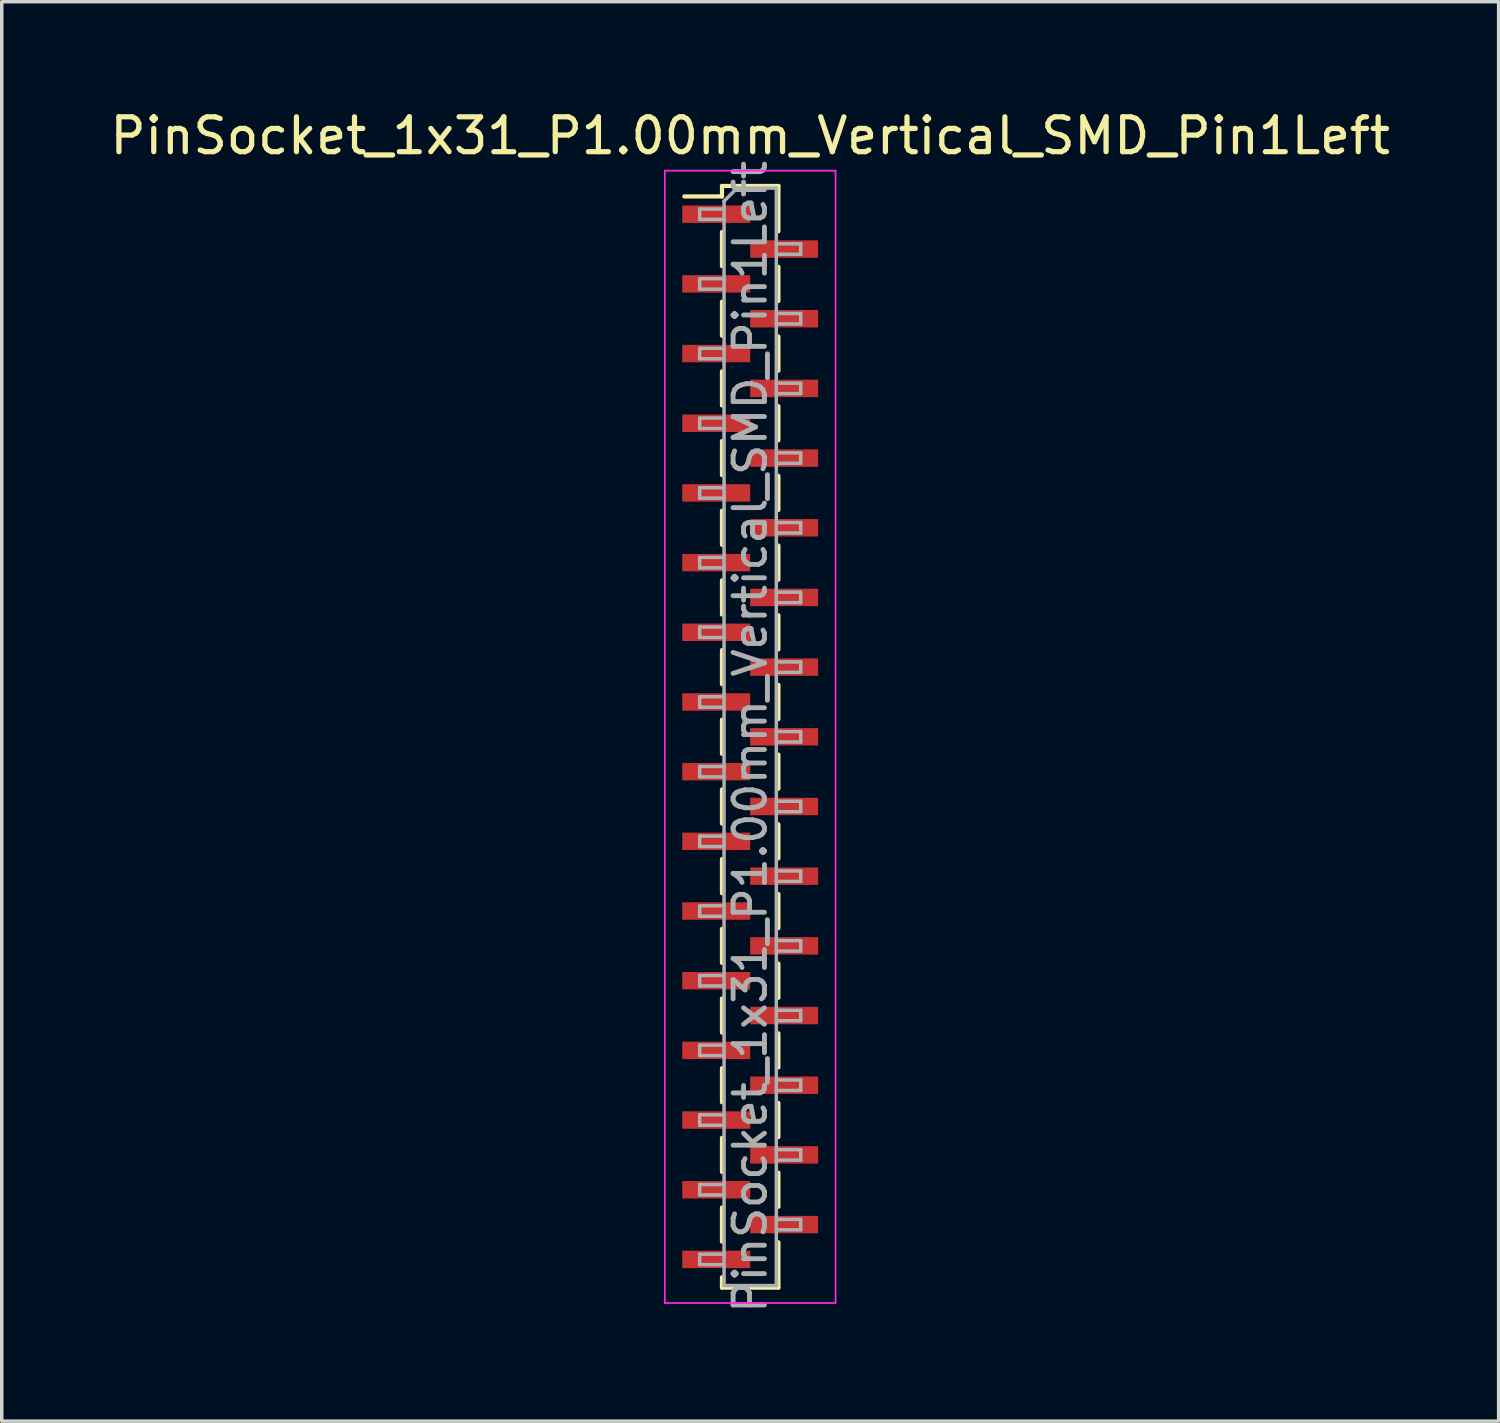
<source format=kicad_pcb>
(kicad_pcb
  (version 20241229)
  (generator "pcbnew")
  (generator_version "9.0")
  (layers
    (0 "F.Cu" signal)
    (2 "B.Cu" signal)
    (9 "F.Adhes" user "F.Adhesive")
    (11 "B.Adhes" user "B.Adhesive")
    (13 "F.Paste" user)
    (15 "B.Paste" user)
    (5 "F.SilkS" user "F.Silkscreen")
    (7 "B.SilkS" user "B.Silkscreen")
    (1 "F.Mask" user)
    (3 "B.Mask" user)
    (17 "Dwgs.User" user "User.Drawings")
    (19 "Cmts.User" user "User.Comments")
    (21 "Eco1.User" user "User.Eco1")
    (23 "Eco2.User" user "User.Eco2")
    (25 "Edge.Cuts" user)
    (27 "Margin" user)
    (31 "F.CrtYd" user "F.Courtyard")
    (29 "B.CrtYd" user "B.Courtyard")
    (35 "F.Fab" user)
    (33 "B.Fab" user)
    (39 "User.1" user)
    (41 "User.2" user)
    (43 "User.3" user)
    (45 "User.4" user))
  (footprint "PinSocket_1x31_P1.00mm_Vertical_SMD_Pin1Left"
    (layer "F.Cu")
    (at 18.482 18.098)
    (property "Reference" "PinSocket_1x31_P1.00mm_Vertical_SMD_Pin1Left" (at 0 -17.25 0) (layer "F.SilkS") (effects (font (size 1 1) (thickness 0.15))))
    (attr smd)
    (fp_line (start -1.89 -15.51) (end -0.81 -15.51) (stroke (width 0.12) (type solid)) (layer "F.SilkS"))
    (fp_line (start -0.81 -15.81) (end -0.81 -15.51) (stroke (width 0.12) (type solid)) (layer "F.SilkS"))
    (fp_line (start -0.81 -15.81) (end 0.81 -15.81) (stroke (width 0.12) (type solid)) (layer "F.SilkS"))
    (fp_line (start -0.81 -14.49) (end -0.81 -13.51) (stroke (width 0.12) (type solid)) (layer "F.SilkS"))
    (fp_line (start -0.81 -12.49) (end -0.81 -11.51) (stroke (width 0.12) (type solid)) (layer "F.SilkS"))
    (fp_line (start -0.81 -10.49) (end -0.81 -9.51) (stroke (width 0.12) (type solid)) (layer "F.SilkS"))
    (fp_line (start -0.81 -8.49) (end -0.81 -7.51) (stroke (width 0.12) (type solid)) (layer "F.SilkS"))
    (fp_line (start -0.81 -6.49) (end -0.81 -5.51) (stroke (width 0.12) (type solid)) (layer "F.SilkS"))
    (fp_line (start -0.81 -4.49) (end -0.81 -3.51) (stroke (width 0.12) (type solid)) (layer "F.SilkS"))
    (fp_line (start -0.81 -2.49) (end -0.81 -1.51) (stroke (width 0.12) (type solid)) (layer "F.SilkS"))
    (fp_line (start -0.81 -0.49) (end -0.81 0.49) (stroke (width 0.12) (type solid)) (layer "F.SilkS"))
    (fp_line (start -0.81 1.51) (end -0.81 2.49) (stroke (width 0.12) (type solid)) (layer "F.SilkS"))
    (fp_line (start -0.81 3.51) (end -0.81 4.49) (stroke (width 0.12) (type solid)) (layer "F.SilkS"))
    (fp_line (start -0.81 5.51) (end -0.81 6.49) (stroke (width 0.12) (type solid)) (layer "F.SilkS"))
    (fp_line (start -0.81 7.51) (end -0.81 8.49) (stroke (width 0.12) (type solid)) (layer "F.SilkS"))
    (fp_line (start -0.81 9.51) (end -0.81 10.49) (stroke (width 0.12) (type solid)) (layer "F.SilkS"))
    (fp_line (start -0.81 11.51) (end -0.81 12.49) (stroke (width 0.12) (type solid)) (layer "F.SilkS"))
    (fp_line (start -0.81 13.51) (end -0.81 14.49) (stroke (width 0.12) (type solid)) (layer "F.SilkS"))
    (fp_line (start -0.81 15.51) (end -0.81 15.81) (stroke (width 0.12) (type solid)) (layer "F.SilkS"))
    (fp_line (start -0.81 15.81) (end 0.81 15.81) (stroke (width 0.12) (type solid)) (layer "F.SilkS"))
    (fp_line (start 0.81 -15.81) (end 0.81 -14.51) (stroke (width 0.12) (type solid)) (layer "F.SilkS"))
    (fp_line (start 0.81 -13.49) (end 0.81 -12.51) (stroke (width 0.12) (type solid)) (layer "F.SilkS"))
    (fp_line (start 0.81 -11.49) (end 0.81 -10.51) (stroke (width 0.12) (type solid)) (layer "F.SilkS"))
    (fp_line (start 0.81 -9.49) (end 0.81 -8.51) (stroke (width 0.12) (type solid)) (layer "F.SilkS"))
    (fp_line (start 0.81 -7.49) (end 0.81 -6.51) (stroke (width 0.12) (type solid)) (layer "F.SilkS"))
    (fp_line (start 0.81 -5.49) (end 0.81 -4.51) (stroke (width 0.12) (type solid)) (layer "F.SilkS"))
    (fp_line (start 0.81 -3.49) (end 0.81 -2.51) (stroke (width 0.12) (type solid)) (layer "F.SilkS"))
    (fp_line (start 0.81 -1.49) (end 0.81 -0.51) (stroke (width 0.12) (type solid)) (layer "F.SilkS"))
    (fp_line (start 0.81 0.51) (end 0.81 1.49) (stroke (width 0.12) (type solid)) (layer "F.SilkS"))
    (fp_line (start 0.81 2.51) (end 0.81 3.49) (stroke (width 0.12) (type solid)) (layer "F.SilkS"))
    (fp_line (start 0.81 4.51) (end 0.81 5.49) (stroke (width 0.12) (type solid)) (layer "F.SilkS"))
    (fp_line (start 0.81 6.51) (end 0.81 7.49) (stroke (width 0.12) (type solid)) (layer "F.SilkS"))
    (fp_line (start 0.81 8.51) (end 0.81 9.49) (stroke (width 0.12) (type solid)) (layer "F.SilkS"))
    (fp_line (start 0.81 10.51) (end 0.81 11.49) (stroke (width 0.12) (type solid)) (layer "F.SilkS"))
    (fp_line (start 0.81 12.51) (end 0.81 13.49) (stroke (width 0.12) (type solid)) (layer "F.SilkS"))
    (fp_line (start 0.81 14.51) (end 0.81 15.81) (stroke (width 0.12) (type solid)) (layer "F.SilkS"))
    (fp_line (start -2.45 -16.25) (end 2.45 -16.25) (stroke (width 0.05) (type solid)) (layer "F.CrtYd"))
    (fp_line (start -2.45 16.25) (end -2.45 -16.25) (stroke (width 0.05) (type solid)) (layer "F.CrtYd"))
    (fp_line (start 2.45 -16.25) (end 2.45 16.25) (stroke (width 0.05) (type solid)) (layer "F.CrtYd"))
    (fp_line (start 2.45 16.25) (end -2.45 16.25) (stroke (width 0.05) (type solid)) (layer "F.CrtYd"))
    (fp_line (start -1.45 -15.15) (end -0.75 -15.15) (stroke (width 0.1) (type solid)) (layer "F.Fab"))
    (fp_line (start -1.45 -14.85) (end -1.45 -15.15) (stroke (width 0.1) (type solid)) (layer "F.Fab"))
    (fp_line (start -1.45 -13.15) (end -0.75 -13.15) (stroke (width 0.1) (type solid)) (layer "F.Fab"))
    (fp_line (start -1.45 -12.85) (end -1.45 -13.15) (stroke (width 0.1) (type solid)) (layer "F.Fab"))
    (fp_line (start -1.45 -11.15) (end -0.75 -11.15) (stroke (width 0.1) (type solid)) (layer "F.Fab"))
    (fp_line (start -1.45 -10.85) (end -1.45 -11.15) (stroke (width 0.1) (type solid)) (layer "F.Fab"))
    (fp_line (start -1.45 -9.15) (end -0.75 -9.15) (stroke (width 0.1) (type solid)) (layer "F.Fab"))
    (fp_line (start -1.45 -8.85) (end -1.45 -9.15) (stroke (width 0.1) (type solid)) (layer "F.Fab"))
    (fp_line (start -1.45 -7.15) (end -0.75 -7.15) (stroke (width 0.1) (type solid)) (layer "F.Fab"))
    (fp_line (start -1.45 -6.85) (end -1.45 -7.15) (stroke (width 0.1) (type solid)) (layer "F.Fab"))
    (fp_line (start -1.45 -5.15) (end -0.75 -5.15) (stroke (width 0.1) (type solid)) (layer "F.Fab"))
    (fp_line (start -1.45 -4.85) (end -1.45 -5.15) (stroke (width 0.1) (type solid)) (layer "F.Fab"))
    (fp_line (start -1.45 -3.15) (end -0.75 -3.15) (stroke (width 0.1) (type solid)) (layer "F.Fab"))
    (fp_line (start -1.45 -2.85) (end -1.45 -3.15) (stroke (width 0.1) (type solid)) (layer "F.Fab"))
    (fp_line (start -1.45 -1.15) (end -0.75 -1.15) (stroke (width 0.1) (type solid)) (layer "F.Fab"))
    (fp_line (start -1.45 -0.85) (end -1.45 -1.15) (stroke (width 0.1) (type solid)) (layer "F.Fab"))
    (fp_line (start -1.45 0.85) (end -0.75 0.85) (stroke (width 0.1) (type solid)) (layer "F.Fab"))
    (fp_line (start -1.45 1.15) (end -1.45 0.85) (stroke (width 0.1) (type solid)) (layer "F.Fab"))
    (fp_line (start -1.45 2.85) (end -0.75 2.85) (stroke (width 0.1) (type solid)) (layer "F.Fab"))
    (fp_line (start -1.45 3.15) (end -1.45 2.85) (stroke (width 0.1) (type solid)) (layer "F.Fab"))
    (fp_line (start -1.45 4.85) (end -0.75 4.85) (stroke (width 0.1) (type solid)) (layer "F.Fab"))
    (fp_line (start -1.45 5.15) (end -1.45 4.85) (stroke (width 0.1) (type solid)) (layer "F.Fab"))
    (fp_line (start -1.45 6.85) (end -0.75 6.85) (stroke (width 0.1) (type solid)) (layer "F.Fab"))
    (fp_line (start -1.45 7.15) (end -1.45 6.85) (stroke (width 0.1) (type solid)) (layer "F.Fab"))
    (fp_line (start -1.45 8.85) (end -0.75 8.85) (stroke (width 0.1) (type solid)) (layer "F.Fab"))
    (fp_line (start -1.45 9.15) (end -1.45 8.85) (stroke (width 0.1) (type solid)) (layer "F.Fab"))
    (fp_line (start -1.45 10.85) (end -0.75 10.85) (stroke (width 0.1) (type solid)) (layer "F.Fab"))
    (fp_line (start -1.45 11.15) (end -1.45 10.85) (stroke (width 0.1) (type solid)) (layer "F.Fab"))
    (fp_line (start -1.45 12.85) (end -0.75 12.85) (stroke (width 0.1) (type solid)) (layer "F.Fab"))
    (fp_line (start -1.45 13.15) (end -1.45 12.85) (stroke (width 0.1) (type solid)) (layer "F.Fab"))
    (fp_line (start -1.45 14.85) (end -0.75 14.85) (stroke (width 0.1) (type solid)) (layer "F.Fab"))
    (fp_line (start -1.45 15.15) (end -1.45 14.85) (stroke (width 0.1) (type solid)) (layer "F.Fab"))
    (fp_line (start -0.75 -15.375) (end -0.375 -15.75) (stroke (width 0.1) (type solid)) (layer "F.Fab"))
    (fp_line (start -0.75 -14.85) (end -1.45 -14.85) (stroke (width 0.1) (type solid)) (layer "F.Fab"))
    (fp_line (start -0.75 -12.85) (end -1.45 -12.85) (stroke (width 0.1) (type solid)) (layer "F.Fab"))
    (fp_line (start -0.75 -10.85) (end -1.45 -10.85) (stroke (width 0.1) (type solid)) (layer "F.Fab"))
    (fp_line (start -0.75 -8.85) (end -1.45 -8.85) (stroke (width 0.1) (type solid)) (layer "F.Fab"))
    (fp_line (start -0.75 -6.85) (end -1.45 -6.85) (stroke (width 0.1) (type solid)) (layer "F.Fab"))
    (fp_line (start -0.75 -4.85) (end -1.45 -4.85) (stroke (width 0.1) (type solid)) (layer "F.Fab"))
    (fp_line (start -0.75 -2.85) (end -1.45 -2.85) (stroke (width 0.1) (type solid)) (layer "F.Fab"))
    (fp_line (start -0.75 -0.85) (end -1.45 -0.85) (stroke (width 0.1) (type solid)) (layer "F.Fab"))
    (fp_line (start -0.75 1.15) (end -1.45 1.15) (stroke (width 0.1) (type solid)) (layer "F.Fab"))
    (fp_line (start -0.75 3.15) (end -1.45 3.15) (stroke (width 0.1) (type solid)) (layer "F.Fab"))
    (fp_line (start -0.75 5.15) (end -1.45 5.15) (stroke (width 0.1) (type solid)) (layer "F.Fab"))
    (fp_line (start -0.75 7.15) (end -1.45 7.15) (stroke (width 0.1) (type solid)) (layer "F.Fab"))
    (fp_line (start -0.75 9.15) (end -1.45 9.15) (stroke (width 0.1) (type solid)) (layer "F.Fab"))
    (fp_line (start -0.75 11.15) (end -1.45 11.15) (stroke (width 0.1) (type solid)) (layer "F.Fab"))
    (fp_line (start -0.75 13.15) (end -1.45 13.15) (stroke (width 0.1) (type solid)) (layer "F.Fab"))
    (fp_line (start -0.75 15.15) (end -1.45 15.15) (stroke (width 0.1) (type solid)) (layer "F.Fab"))
    (fp_line (start -0.75 15.75) (end -0.75 -15.375) (stroke (width 0.1) (type solid)) (layer "F.Fab"))
    (fp_line (start -0.375 -15.75) (end 0.75 -15.75) (stroke (width 0.1) (type solid)) (layer "F.Fab"))
    (fp_line (start 0.75 -15.75) (end 0.75 15.75) (stroke (width 0.1) (type solid)) (layer "F.Fab"))
    (fp_line (start 0.75 -14.15) (end 1.45 -14.15) (stroke (width 0.1) (type solid)) (layer "F.Fab"))
    (fp_line (start 0.75 -12.15) (end 1.45 -12.15) (stroke (width 0.1) (type solid)) (layer "F.Fab"))
    (fp_line (start 0.75 -10.15) (end 1.45 -10.15) (stroke (width 0.1) (type solid)) (layer "F.Fab"))
    (fp_line (start 0.75 -8.15) (end 1.45 -8.15) (stroke (width 0.1) (type solid)) (layer "F.Fab"))
    (fp_line (start 0.75 -6.15) (end 1.45 -6.15) (stroke (width 0.1) (type solid)) (layer "F.Fab"))
    (fp_line (start 0.75 -4.15) (end 1.45 -4.15) (stroke (width 0.1) (type solid)) (layer "F.Fab"))
    (fp_line (start 0.75 -2.15) (end 1.45 -2.15) (stroke (width 0.1) (type solid)) (layer "F.Fab"))
    (fp_line (start 0.75 -0.15) (end 1.45 -0.15) (stroke (width 0.1) (type solid)) (layer "F.Fab"))
    (fp_line (start 0.75 1.85) (end 1.45 1.85) (stroke (width 0.1) (type solid)) (layer "F.Fab"))
    (fp_line (start 0.75 3.85) (end 1.45 3.85) (stroke (width 0.1) (type solid)) (layer "F.Fab"))
    (fp_line (start 0.75 5.85) (end 1.45 5.85) (stroke (width 0.1) (type solid)) (layer "F.Fab"))
    (fp_line (start 0.75 7.85) (end 1.45 7.85) (stroke (width 0.1) (type solid)) (layer "F.Fab"))
    (fp_line (start 0.75 9.85) (end 1.45 9.85) (stroke (width 0.1) (type solid)) (layer "F.Fab"))
    (fp_line (start 0.75 11.85) (end 1.45 11.85) (stroke (width 0.1) (type solid)) (layer "F.Fab"))
    (fp_line (start 0.75 13.85) (end 1.45 13.85) (stroke (width 0.1) (type solid)) (layer "F.Fab"))
    (fp_line (start 0.75 15.75) (end -0.75 15.75) (stroke (width 0.1) (type solid)) (layer "F.Fab"))
    (fp_line (start 1.45 -14.15) (end 1.45 -13.85) (stroke (width 0.1) (type solid)) (layer "F.Fab"))
    (fp_line (start 1.45 -13.85) (end 0.75 -13.85) (stroke (width 0.1) (type solid)) (layer "F.Fab"))
    (fp_line (start 1.45 -12.15) (end 1.45 -11.85) (stroke (width 0.1) (type solid)) (layer "F.Fab"))
    (fp_line (start 1.45 -11.85) (end 0.75 -11.85) (stroke (width 0.1) (type solid)) (layer "F.Fab"))
    (fp_line (start 1.45 -10.15) (end 1.45 -9.85) (stroke (width 0.1) (type solid)) (layer "F.Fab"))
    (fp_line (start 1.45 -9.85) (end 0.75 -9.85) (stroke (width 0.1) (type solid)) (layer "F.Fab"))
    (fp_line (start 1.45 -8.15) (end 1.45 -7.85) (stroke (width 0.1) (type solid)) (layer "F.Fab"))
    (fp_line (start 1.45 -7.85) (end 0.75 -7.85) (stroke (width 0.1) (type solid)) (layer "F.Fab"))
    (fp_line (start 1.45 -6.15) (end 1.45 -5.85) (stroke (width 0.1) (type solid)) (layer "F.Fab"))
    (fp_line (start 1.45 -5.85) (end 0.75 -5.85) (stroke (width 0.1) (type solid)) (layer "F.Fab"))
    (fp_line (start 1.45 -4.15) (end 1.45 -3.85) (stroke (width 0.1) (type solid)) (layer "F.Fab"))
    (fp_line (start 1.45 -3.85) (end 0.75 -3.85) (stroke (width 0.1) (type solid)) (layer "F.Fab"))
    (fp_line (start 1.45 -2.15) (end 1.45 -1.85) (stroke (width 0.1) (type solid)) (layer "F.Fab"))
    (fp_line (start 1.45 -1.85) (end 0.75 -1.85) (stroke (width 0.1) (type solid)) (layer "F.Fab"))
    (fp_line (start 1.45 -0.15) (end 1.45 0.15) (stroke (width 0.1) (type solid)) (layer "F.Fab"))
    (fp_line (start 1.45 0.15) (end 0.75 0.15) (stroke (width 0.1) (type solid)) (layer "F.Fab"))
    (fp_line (start 1.45 1.85) (end 1.45 2.15) (stroke (width 0.1) (type solid)) (layer "F.Fab"))
    (fp_line (start 1.45 2.15) (end 0.75 2.15) (stroke (width 0.1) (type solid)) (layer "F.Fab"))
    (fp_line (start 1.45 3.85) (end 1.45 4.15) (stroke (width 0.1) (type solid)) (layer "F.Fab"))
    (fp_line (start 1.45 4.15) (end 0.75 4.15) (stroke (width 0.1) (type solid)) (layer "F.Fab"))
    (fp_line (start 1.45 5.85) (end 1.45 6.15) (stroke (width 0.1) (type solid)) (layer "F.Fab"))
    (fp_line (start 1.45 6.15) (end 0.75 6.15) (stroke (width 0.1) (type solid)) (layer "F.Fab"))
    (fp_line (start 1.45 7.85) (end 1.45 8.15) (stroke (width 0.1) (type solid)) (layer "F.Fab"))
    (fp_line (start 1.45 8.15) (end 0.75 8.15) (stroke (width 0.1) (type solid)) (layer "F.Fab"))
    (fp_line (start 1.45 9.85) (end 1.45 10.15) (stroke (width 0.1) (type solid)) (layer "F.Fab"))
    (fp_line (start 1.45 10.15) (end 0.75 10.15) (stroke (width 0.1) (type solid)) (layer "F.Fab"))
    (fp_line (start 1.45 11.85) (end 1.45 12.15) (stroke (width 0.1) (type solid)) (layer "F.Fab"))
    (fp_line (start 1.45 12.15) (end 0.75 12.15) (stroke (width 0.1) (type solid)) (layer "F.Fab"))
    (fp_line (start 1.45 13.85) (end 1.45 14.15) (stroke (width 0.1) (type solid)) (layer "F.Fab"))
    (fp_line (start 1.45 14.15) (end 0.75 14.15) (stroke (width 0.1) (type solid)) (layer "F.Fab"))
    (fp_text user "${REFERENCE}" (at 0 0 90) (layer "F.Fab") (effects (font (size 0.9 0.9) (thickness 0.14))))
    (pad "1" smd rect (at -0.975 -15) (size 1.95 0.5) (layers "F.Cu" "F.Mask" "F.Paste"))
    (pad "2" smd rect (at 0.975 -14) (size 1.95 0.5) (layers "F.Cu" "F.Mask" "F.Paste"))
    (pad "3" smd rect (at -0.975 -13) (size 1.95 0.5) (layers "F.Cu" "F.Mask" "F.Paste"))
    (pad "4" smd rect (at 0.975 -12) (size 1.95 0.5) (layers "F.Cu" "F.Mask" "F.Paste"))
    (pad "5" smd rect (at -0.975 -11) (size 1.95 0.5) (layers "F.Cu" "F.Mask" "F.Paste"))
    (pad "6" smd rect (at 0.975 -10) (size 1.95 0.5) (layers "F.Cu" "F.Mask" "F.Paste"))
    (pad "7" smd rect (at -0.975 -9) (size 1.95 0.5) (layers "F.Cu" "F.Mask" "F.Paste"))
    (pad "8" smd rect (at 0.975 -8) (size 1.95 0.5) (layers "F.Cu" "F.Mask" "F.Paste"))
    (pad "9" smd rect (at -0.975 -7) (size 1.95 0.5) (layers "F.Cu" "F.Mask" "F.Paste"))
    (pad "10" smd rect (at 0.975 -6) (size 1.95 0.5) (layers "F.Cu" "F.Mask" "F.Paste"))
    (pad "11" smd rect (at -0.975 -5) (size 1.95 0.5) (layers "F.Cu" "F.Mask" "F.Paste"))
    (pad "12" smd rect (at 0.975 -4) (size 1.95 0.5) (layers "F.Cu" "F.Mask" "F.Paste"))
    (pad "13" smd rect (at -0.975 -3) (size 1.95 0.5) (layers "F.Cu" "F.Mask" "F.Paste"))
    (pad "14" smd rect (at 0.975 -2) (size 1.95 0.5) (layers "F.Cu" "F.Mask" "F.Paste"))
    (pad "15" smd rect (at -0.975 -1) (size 1.95 0.5) (layers "F.Cu" "F.Mask" "F.Paste"))
    (pad "16" smd rect (at 0.975 0) (size 1.95 0.5) (layers "F.Cu" "F.Mask" "F.Paste"))
    (pad "17" smd rect (at -0.975 1) (size 1.95 0.5) (layers "F.Cu" "F.Mask" "F.Paste"))
    (pad "18" smd rect (at 0.975 2) (size 1.95 0.5) (layers "F.Cu" "F.Mask" "F.Paste"))
    (pad "19" smd rect (at -0.975 3) (size 1.95 0.5) (layers "F.Cu" "F.Mask" "F.Paste"))
    (pad "20" smd rect (at 0.975 4) (size 1.95 0.5) (layers "F.Cu" "F.Mask" "F.Paste"))
    (pad "21" smd rect (at -0.975 5) (size 1.95 0.5) (layers "F.Cu" "F.Mask" "F.Paste"))
    (pad "22" smd rect (at 0.975 6) (size 1.95 0.5) (layers "F.Cu" "F.Mask" "F.Paste"))
    (pad "23" smd rect (at -0.975 7) (size 1.95 0.5) (layers "F.Cu" "F.Mask" "F.Paste"))
    (pad "24" smd rect (at 0.975 8) (size 1.95 0.5) (layers "F.Cu" "F.Mask" "F.Paste"))
    (pad "25" smd rect (at -0.975 9) (size 1.95 0.5) (layers "F.Cu" "F.Mask" "F.Paste"))
    (pad "26" smd rect (at 0.975 10) (size 1.95 0.5) (layers "F.Cu" "F.Mask" "F.Paste"))
    (pad "27" smd rect (at -0.975 11) (size 1.95 0.5) (layers "F.Cu" "F.Mask" "F.Paste"))
    (pad "28" smd rect (at 0.975 12) (size 1.95 0.5) (layers "F.Cu" "F.Mask" "F.Paste"))
    (pad "29" smd rect (at -0.975 13) (size 1.95 0.5) (layers "F.Cu" "F.Mask" "F.Paste"))
    (pad "30" smd rect (at 0.975 14) (size 1.95 0.5) (layers "F.Cu" "F.Mask" "F.Paste"))
    (pad "31" smd rect (at -0.975 15) (size 1.95 0.5) (layers "F.Cu" "F.Mask" "F.Paste")))
  (gr_rect
    (start -3 -3)
    (end 39.964 37.74)
    (stroke (width 0.1) (type default))
    (fill no)
    (layer "Edge.Cuts")))
</source>
